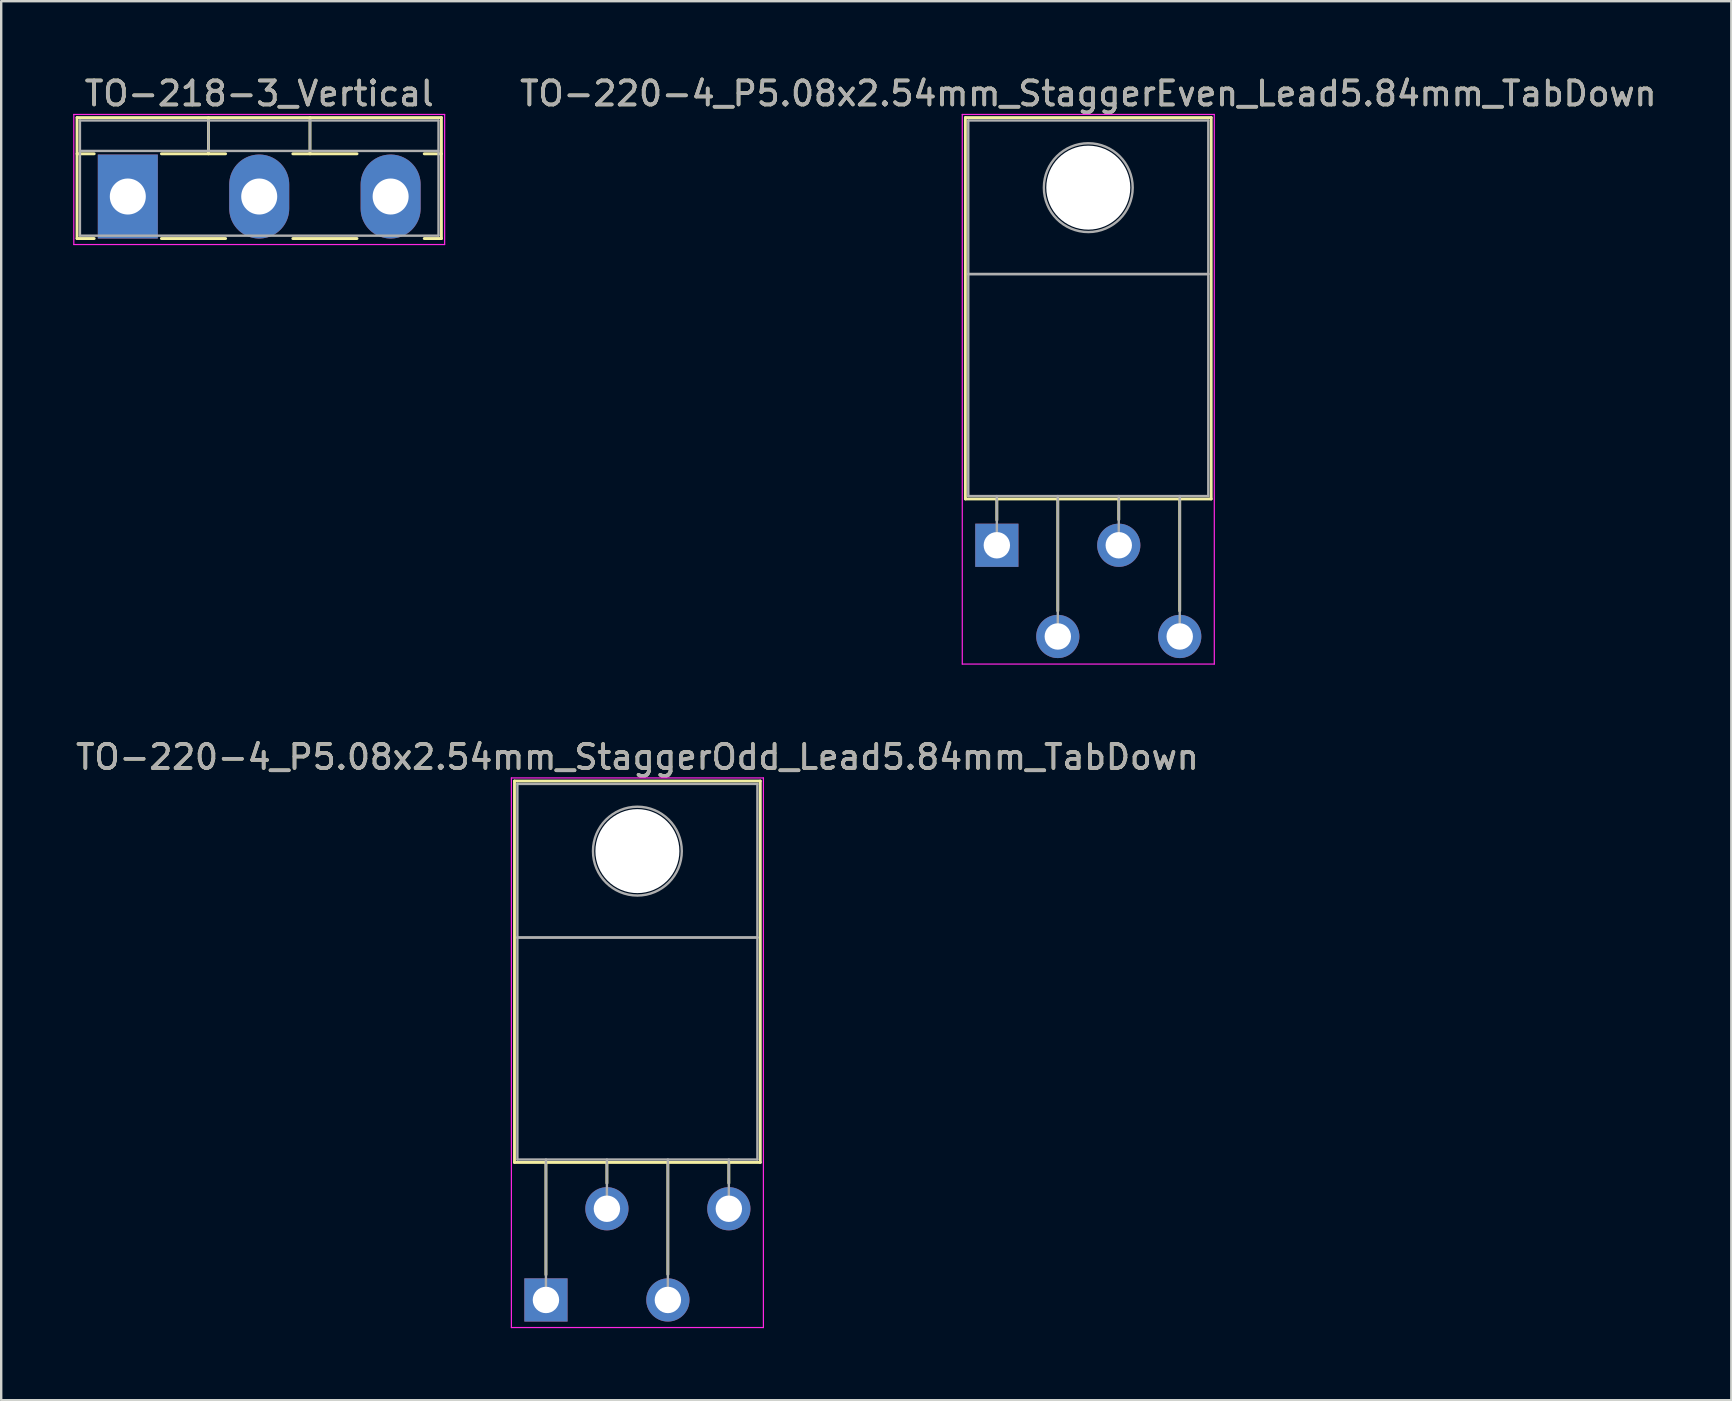
<source format=kicad_pcb>
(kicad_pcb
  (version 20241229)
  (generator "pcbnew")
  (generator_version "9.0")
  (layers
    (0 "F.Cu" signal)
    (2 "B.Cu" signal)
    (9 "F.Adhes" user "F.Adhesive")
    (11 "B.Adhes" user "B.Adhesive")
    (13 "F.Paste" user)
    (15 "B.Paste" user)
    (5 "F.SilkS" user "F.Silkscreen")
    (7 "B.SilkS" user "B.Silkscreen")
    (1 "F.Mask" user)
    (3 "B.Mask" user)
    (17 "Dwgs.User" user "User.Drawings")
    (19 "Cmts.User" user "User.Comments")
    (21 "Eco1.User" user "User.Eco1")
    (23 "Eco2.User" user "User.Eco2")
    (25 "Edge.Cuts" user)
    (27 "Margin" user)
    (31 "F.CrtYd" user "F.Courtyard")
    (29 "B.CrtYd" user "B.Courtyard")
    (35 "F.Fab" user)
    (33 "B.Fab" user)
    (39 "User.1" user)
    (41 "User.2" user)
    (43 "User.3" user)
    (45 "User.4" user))
  (footprint "TO-220-4_P5.08x2.54mm_StaggerOdd_Lead5.84mm_TabDown"
    (layer "F.Cu")
    (at 19.696 51.111)
    (property "Reference" "TO-220-4_P5.08x2.54mm_StaggerOdd_Lead5.84mm_TabDown" (at 3.81 -22.62 0) (layer "F.SilkS") (effects (font (size 1 1) (thickness 0.15))))
    (attr through_hole)
    (fp_line (start -1.31 -21.62) (end -1.31 -5.73) (stroke (width 0.12) (type solid)) (layer "F.SilkS"))
    (fp_line (start -1.31 -21.62) (end 8.93 -21.62) (stroke (width 0.12) (type solid)) (layer "F.SilkS"))
    (fp_line (start -1.31 -5.73) (end 8.93 -5.73) (stroke (width 0.12) (type solid)) (layer "F.SilkS"))
    (fp_line (start 0 -5.73) (end 0 -1.05) (stroke (width 0.12) (type solid)) (layer "F.SilkS"))
    (fp_line (start 2.54 -5.73) (end 2.54 -4.866) (stroke (width 0.12) (type solid)) (layer "F.SilkS"))
    (fp_line (start 5.08 -5.73) (end 5.08 -1.065) (stroke (width 0.12) (type solid)) (layer "F.SilkS"))
    (fp_line (start 7.62 -5.73) (end 7.62 -4.866) (stroke (width 0.12) (type solid)) (layer "F.SilkS"))
    (fp_line (start 8.93 -21.62) (end 8.93 -5.73) (stroke (width 0.12) (type solid)) (layer "F.SilkS"))
    (fp_line (start -1.44 -21.75) (end -1.44 1.15) (stroke (width 0.05) (type solid)) (layer "F.CrtYd"))
    (fp_line (start -1.44 1.15) (end 9.06 1.15) (stroke (width 0.05) (type solid)) (layer "F.CrtYd"))
    (fp_line (start 9.06 -21.75) (end -1.44 -21.75) (stroke (width 0.05) (type solid)) (layer "F.CrtYd"))
    (fp_line (start 9.06 1.15) (end 9.06 -21.75) (stroke (width 0.05) (type solid)) (layer "F.CrtYd"))
    (fp_line (start -1.19 -21.5) (end 8.81 -21.5) (stroke (width 0.1) (type solid)) (layer "F.Fab"))
    (fp_line (start -1.19 -15.1) (end -1.19 -21.5) (stroke (width 0.1) (type solid)) (layer "F.Fab"))
    (fp_line (start -1.19 -15.1) (end 8.81 -15.1) (stroke (width 0.1) (type solid)) (layer "F.Fab"))
    (fp_line (start -1.19 -5.85) (end -1.19 -15.1) (stroke (width 0.1) (type solid)) (layer "F.Fab"))
    (fp_line (start 0 -5.85) (end 0 0) (stroke (width 0.1) (type solid)) (layer "F.Fab"))
    (fp_line (start 2.54 -5.85) (end 2.54 -3.8) (stroke (width 0.1) (type solid)) (layer "F.Fab"))
    (fp_line (start 5.08 -5.85) (end 5.08 0) (stroke (width 0.1) (type solid)) (layer "F.Fab"))
    (fp_line (start 7.62 -5.85) (end 7.62 -3.8) (stroke (width 0.1) (type solid)) (layer "F.Fab"))
    (fp_line (start 8.81 -21.5) (end 8.81 -15.1) (stroke (width 0.1) (type solid)) (layer "F.Fab"))
    (fp_line (start 8.81 -15.1) (end -1.19 -15.1) (stroke (width 0.1) (type solid)) (layer "F.Fab"))
    (fp_line (start 8.81 -15.1) (end 8.81 -5.85) (stroke (width 0.1) (type solid)) (layer "F.Fab"))
    (fp_line (start 8.81 -5.85) (end -1.19 -5.85) (stroke (width 0.1) (type solid)) (layer "F.Fab"))
    (fp_circle (center 3.81 -18.7) (end 5.66 -18.7) (stroke (width 0.1) (type solid)) (fill no) (layer "F.Fab"))
    (fp_text user "${REFERENCE}" (at 3.81 -22.62 0) (layer "F.Fab") (effects (font (size 1 1) (thickness 0.15))))
    (pad "" np_thru_hole oval (at 3.81 -18.7) (size 3.5 3.5) (drill 3.5) (layers "*.Cu" "*.Mask"))
    (pad "1" thru_hole rect (at 0 0) (size 1.8 1.8) (drill 1.1) (layers "*.Cu" "*.Mask"))
    (pad "2" thru_hole oval (at 2.54 -3.8) (size 1.8 1.8) (drill 1.1) (layers "*.Cu" "*.Mask"))
    (pad "3" thru_hole oval (at 5.08 0) (size 1.8 1.8) (drill 1.1) (layers "*.Cu" "*.Mask"))
    (pad "4" thru_hole oval (at 7.62 -3.8) (size 1.8 1.8) (drill 1.1) (layers "*.Cu" "*.Mask")))
  (footprint "TO-220-4_P5.08x2.54mm_StaggerEven_Lead5.84mm_TabDown"
    (layer "F.Cu")
    (at 38.482 19.668)
    (property "Reference" "TO-220-4_P5.08x2.54mm_StaggerEven_Lead5.84mm_TabDown" (at 3.81 -18.82 0) (layer "F.SilkS") (effects (font (size 1 1) (thickness 0.15))))
    (attr through_hole)
    (fp_line (start -1.31 -17.82) (end -1.31 -1.93) (stroke (width 0.12) (type solid)) (layer "F.SilkS"))
    (fp_line (start -1.31 -17.82) (end 8.93 -17.82) (stroke (width 0.12) (type solid)) (layer "F.SilkS"))
    (fp_line (start -1.31 -1.93) (end 8.93 -1.93) (stroke (width 0.12) (type solid)) (layer "F.SilkS"))
    (fp_line (start 0 -1.93) (end 0 -1.05) (stroke (width 0.12) (type solid)) (layer "F.SilkS"))
    (fp_line (start 2.54 -1.93) (end 2.54 2.735) (stroke (width 0.12) (type solid)) (layer "F.SilkS"))
    (fp_line (start 5.08 -1.93) (end 5.08 -1.066) (stroke (width 0.12) (type solid)) (layer "F.SilkS"))
    (fp_line (start 7.62 -1.93) (end 7.62 2.735) (stroke (width 0.12) (type solid)) (layer "F.SilkS"))
    (fp_line (start 8.93 -17.82) (end 8.93 -1.93) (stroke (width 0.12) (type solid)) (layer "F.SilkS"))
    (fp_line (start -1.44 -17.95) (end -1.44 4.95) (stroke (width 0.05) (type solid)) (layer "F.CrtYd"))
    (fp_line (start -1.44 4.95) (end 9.06 4.95) (stroke (width 0.05) (type solid)) (layer "F.CrtYd"))
    (fp_line (start 9.06 -17.95) (end -1.44 -17.95) (stroke (width 0.05) (type solid)) (layer "F.CrtYd"))
    (fp_line (start 9.06 4.95) (end 9.06 -17.95) (stroke (width 0.05) (type solid)) (layer "F.CrtYd"))
    (fp_line (start -1.19 -17.7) (end 8.81 -17.7) (stroke (width 0.1) (type solid)) (layer "F.Fab"))
    (fp_line (start -1.19 -11.3) (end -1.19 -17.7) (stroke (width 0.1) (type solid)) (layer "F.Fab"))
    (fp_line (start -1.19 -11.3) (end 8.81 -11.3) (stroke (width 0.1) (type solid)) (layer "F.Fab"))
    (fp_line (start -1.19 -2.05) (end -1.19 -11.3) (stroke (width 0.1) (type solid)) (layer "F.Fab"))
    (fp_line (start 0 -2.05) (end 0 0) (stroke (width 0.1) (type solid)) (layer "F.Fab"))
    (fp_line (start 2.54 -2.05) (end 2.54 3.8) (stroke (width 0.1) (type solid)) (layer "F.Fab"))
    (fp_line (start 5.08 -2.05) (end 5.08 0) (stroke (width 0.1) (type solid)) (layer "F.Fab"))
    (fp_line (start 7.62 -2.05) (end 7.62 3.8) (stroke (width 0.1) (type solid)) (layer "F.Fab"))
    (fp_line (start 8.81 -17.7) (end 8.81 -11.3) (stroke (width 0.1) (type solid)) (layer "F.Fab"))
    (fp_line (start 8.81 -11.3) (end -1.19 -11.3) (stroke (width 0.1) (type solid)) (layer "F.Fab"))
    (fp_line (start 8.81 -11.3) (end 8.81 -2.05) (stroke (width 0.1) (type solid)) (layer "F.Fab"))
    (fp_line (start 8.81 -2.05) (end -1.19 -2.05) (stroke (width 0.1) (type solid)) (layer "F.Fab"))
    (fp_circle (center 3.81 -14.9) (end 5.66 -14.9) (stroke (width 0.1) (type solid)) (fill no) (layer "F.Fab"))
    (fp_text user "${REFERENCE}" (at 3.81 -18.82 0) (layer "F.Fab") (effects (font (size 1 1) (thickness 0.15))))
    (pad "" np_thru_hole oval (at 3.81 -14.9) (size 3.5 3.5) (drill 3.5) (layers "*.Cu" "*.Mask"))
    (pad "1" thru_hole rect (at 0 0) (size 1.8 1.8) (drill 1.1) (layers "*.Cu" "*.Mask"))
    (pad "2" thru_hole oval (at 2.54 3.8) (size 1.8 1.8) (drill 1.1) (layers "*.Cu" "*.Mask"))
    (pad "3" thru_hole oval (at 5.08 0) (size 1.8 1.8) (drill 1.1) (layers "*.Cu" "*.Mask"))
    (pad "4" thru_hole oval (at 7.62 3.8) (size 1.8 1.8) (drill 1.1) (layers "*.Cu" "*.Mask")))
  (footprint "TO-218-3_Vertical"
    (layer "F.Cu")
    (at 2.275 5.138)
    (property "Reference" "TO-218-3_Vertical" (at 5.475 -4.29 0) (layer "F.SilkS") (effects (font (size 1 1) (thickness 0.15))))
    (attr through_hole)
    (fp_line (start -2.115 -3.29) (end -2.115 1.75) (stroke (width 0.12) (type solid)) (layer "F.SilkS"))
    (fp_line (start -2.115 -3.29) (end 13.065 -3.29) (stroke (width 0.12) (type solid)) (layer "F.SilkS"))
    (fp_line (start -2.115 -1.78) (end -1.4 -1.78) (stroke (width 0.12) (type solid)) (layer "F.SilkS"))
    (fp_line (start -2.115 1.75) (end -1.4 1.75) (stroke (width 0.12) (type solid)) (layer "F.SilkS"))
    (fp_line (start 1.4 -1.78) (end 4.075 -1.78) (stroke (width 0.12) (type solid)) (layer "F.SilkS"))
    (fp_line (start 1.4 1.75) (end 4.075 1.75) (stroke (width 0.12) (type solid)) (layer "F.SilkS"))
    (fp_line (start 3.36 -3.29) (end 3.36 -1.78) (stroke (width 0.12) (type solid)) (layer "F.SilkS"))
    (fp_line (start 6.875 -1.78) (end 9.55 -1.78) (stroke (width 0.12) (type solid)) (layer "F.SilkS"))
    (fp_line (start 6.875 1.75) (end 9.55 1.75) (stroke (width 0.12) (type solid)) (layer "F.SilkS"))
    (fp_line (start 7.59 -3.29) (end 7.59 -1.78) (stroke (width 0.12) (type solid)) (layer "F.SilkS"))
    (fp_line (start 12.35 -1.78) (end 13.065 -1.78) (stroke (width 0.12) (type solid)) (layer "F.SilkS"))
    (fp_line (start 12.35 1.75) (end 13.065 1.75) (stroke (width 0.12) (type solid)) (layer "F.SilkS"))
    (fp_line (start 13.065 -3.29) (end 13.065 1.75) (stroke (width 0.12) (type solid)) (layer "F.SilkS"))
    (fp_line (start -2.25 -3.42) (end -2.25 2) (stroke (width 0.05) (type solid)) (layer "F.CrtYd"))
    (fp_line (start -2.25 2) (end 13.2 2) (stroke (width 0.05) (type solid)) (layer "F.CrtYd"))
    (fp_line (start 13.2 -3.42) (end -2.25 -3.42) (stroke (width 0.05) (type solid)) (layer "F.CrtYd"))
    (fp_line (start 13.2 2) (end 13.2 -3.42) (stroke (width 0.05) (type solid)) (layer "F.CrtYd"))
    (fp_line (start -1.995 -3.17) (end -1.995 1.63) (stroke (width 0.1) (type solid)) (layer "F.Fab"))
    (fp_line (start -1.995 -1.9) (end 12.945 -1.9) (stroke (width 0.1) (type solid)) (layer "F.Fab"))
    (fp_line (start -1.995 1.63) (end 12.945 1.63) (stroke (width 0.1) (type solid)) (layer "F.Fab"))
    (fp_line (start 3.36 -3.17) (end 3.36 -1.9) (stroke (width 0.1) (type solid)) (layer "F.Fab"))
    (fp_line (start 7.59 -3.17) (end 7.59 -1.9) (stroke (width 0.1) (type solid)) (layer "F.Fab"))
    (fp_line (start 12.945 -3.17) (end -1.995 -3.17) (stroke (width 0.1) (type solid)) (layer "F.Fab"))
    (fp_line (start 12.945 1.63) (end 12.945 -3.17) (stroke (width 0.1) (type solid)) (layer "F.Fab"))
    (fp_text user "${REFERENCE}" (at 5.475 -4.29 0) (layer "F.Fab") (effects (font (size 1 1) (thickness 0.15))))
    (pad "1" thru_hole rect (at 0 0) (size 2.5 3.5) (drill 1.5) (layers "*.Cu" "*.Mask"))
    (pad "2" thru_hole oval (at 5.475 0) (size 2.5 3.5) (drill 1.5) (layers "*.Cu" "*.Mask"))
    (pad "3" thru_hole oval (at 10.95 0) (size 2.5 3.5) (drill 1.5) (layers "*.Cu" "*.Mask")))
  (gr_rect
    (start -3 -3)
    (end 69.083 55.286)
    (stroke (width 0.1) (type default))
    (fill no)
    (layer "Edge.Cuts")))
</source>
